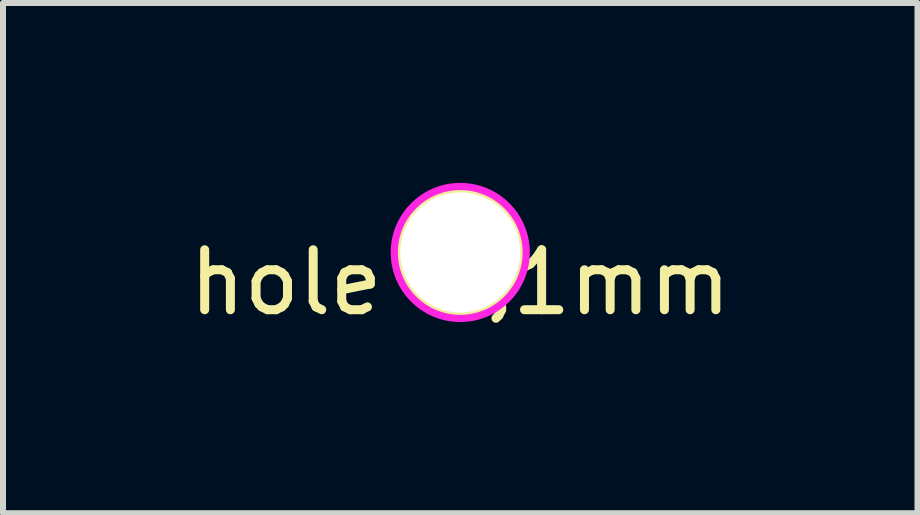
<source format=kicad_pcb>
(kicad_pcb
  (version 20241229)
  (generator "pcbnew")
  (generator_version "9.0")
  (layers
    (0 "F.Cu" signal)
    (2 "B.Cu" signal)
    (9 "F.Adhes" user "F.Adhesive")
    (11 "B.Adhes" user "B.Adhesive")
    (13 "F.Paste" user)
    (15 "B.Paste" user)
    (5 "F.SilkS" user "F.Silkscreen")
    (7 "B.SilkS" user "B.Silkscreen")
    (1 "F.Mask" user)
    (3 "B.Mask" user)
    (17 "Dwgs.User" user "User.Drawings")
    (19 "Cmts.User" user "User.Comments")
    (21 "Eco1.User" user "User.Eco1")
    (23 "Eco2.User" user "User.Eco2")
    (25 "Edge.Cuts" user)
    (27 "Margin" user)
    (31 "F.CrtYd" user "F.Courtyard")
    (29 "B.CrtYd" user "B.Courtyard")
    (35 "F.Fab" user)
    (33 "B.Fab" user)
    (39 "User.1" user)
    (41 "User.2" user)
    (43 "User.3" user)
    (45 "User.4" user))
  (footprint "hole 2,1mm"
    (layer "F.Cu")
    (at 4.625 1.16)
    (property "Reference" "hole 2,1mm" (at 0 0.5 0) (layer "F.SilkS") (effects (font (size 1 1) (thickness 0.15))))
    (attr through_hole)
    (fp_circle (center 0 0) (end 1 0) (stroke (width 0.15) (type solid)) (fill no) (layer "F.SilkS"))
    (fp_circle (center 0 0) (end 1.1 0) (stroke (width 0.12) (type solid)) (fill no) (layer "F.CrtYd"))
    (pad "" np_thru_hole circle (at 0 0) (size 2 2) (drill 2) (layers "*.Cu" "*.Mask")))
  (gr_rect
    (start -3 -3)
    (end 12.25 5.508)
    (stroke (width 0.1) (type default))
    (fill no)
    (layer "Edge.Cuts")))
</source>
